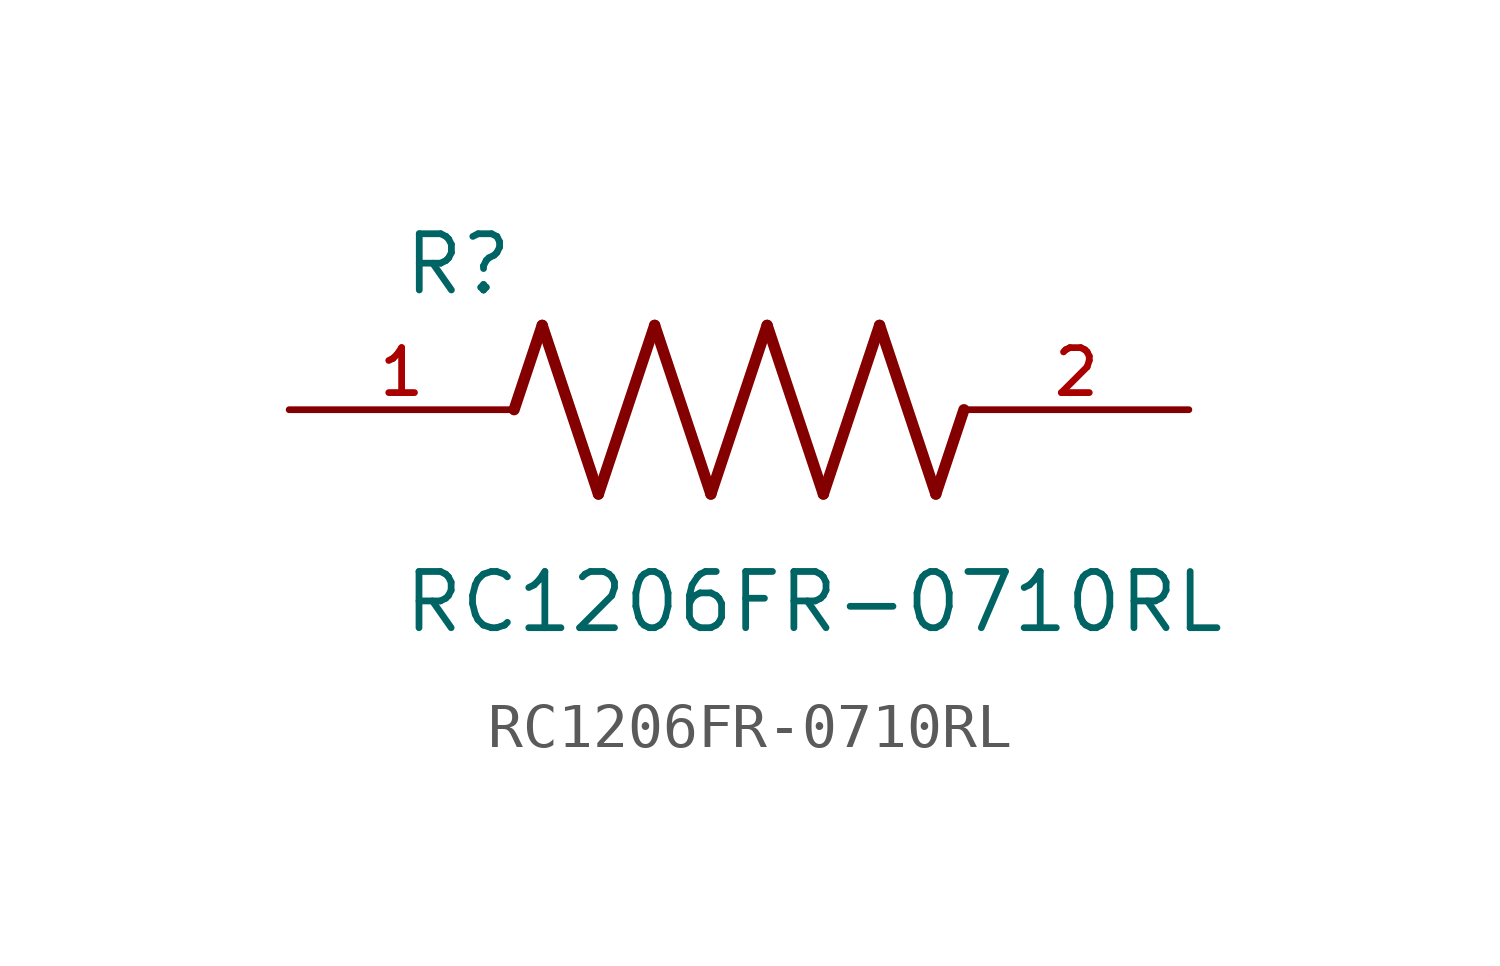
<source format=kicad_sym>
(kicad_symbol_lib
  (version 20211014)
  (generator kicad_symbol_editor)
  (symbol "RC1206FR-0710RL"
    (pin_names
      (offset 1.016))
    (property "Reference" "R"
      (at -7.624 2.541 0)
      (effects (font (size 1.27 1.27)) (justify bottom left)))
    (property "Value" "RC1206FR-0710RL"
      (at -7.63 -5.087 0)
      (effects (font (size 1.27 1.27)) (justify bottom left)))
    (symbol "RC1206FR-0710RL_0_0"
      (polyline (pts (xy -5.08 0.0) (xy -4.445 1.905)) (stroke (width 0.254)))
      (polyline (pts (xy -4.445 1.905) (xy -3.175 -1.905)) (stroke (width 0.254)))
      (polyline (pts (xy -3.175 -1.905) (xy -1.905 1.905)) (stroke (width 0.254)))
      (polyline (pts (xy -1.905 1.905) (xy -0.635 -1.905)) (stroke (width 0.254)))
      (polyline (pts (xy -0.635 -1.905) (xy 0.635 1.905)) (stroke (width 0.254)))
      (polyline (pts (xy 0.635 1.905) (xy 1.905 -1.905)) (stroke (width 0.254)))
      (polyline (pts (xy 1.905 -1.905) (xy 3.175 1.905)) (stroke (width 0.254)))
      (polyline (pts (xy 3.175 1.905) (xy 4.445 -1.905)) (stroke (width 0.254)))
      (polyline (pts (xy 4.445 -1.905) (xy 5.08 0.0)) (stroke (width 0.254)))
      (pin passive line (at -10.16 0.0 0) (length 5.08) (name "~" (effects (font (size 1.016 1.016)))) (number "1" (effects (font (size 1.016 1.016)))))
      (pin passive line (at 10.16 0.0 180.0) (length 5.08) (name "~" (effects (font (size 1.016 1.016)))) (number "2" (effects (font (size 1.016 1.016))))))))
</source>
